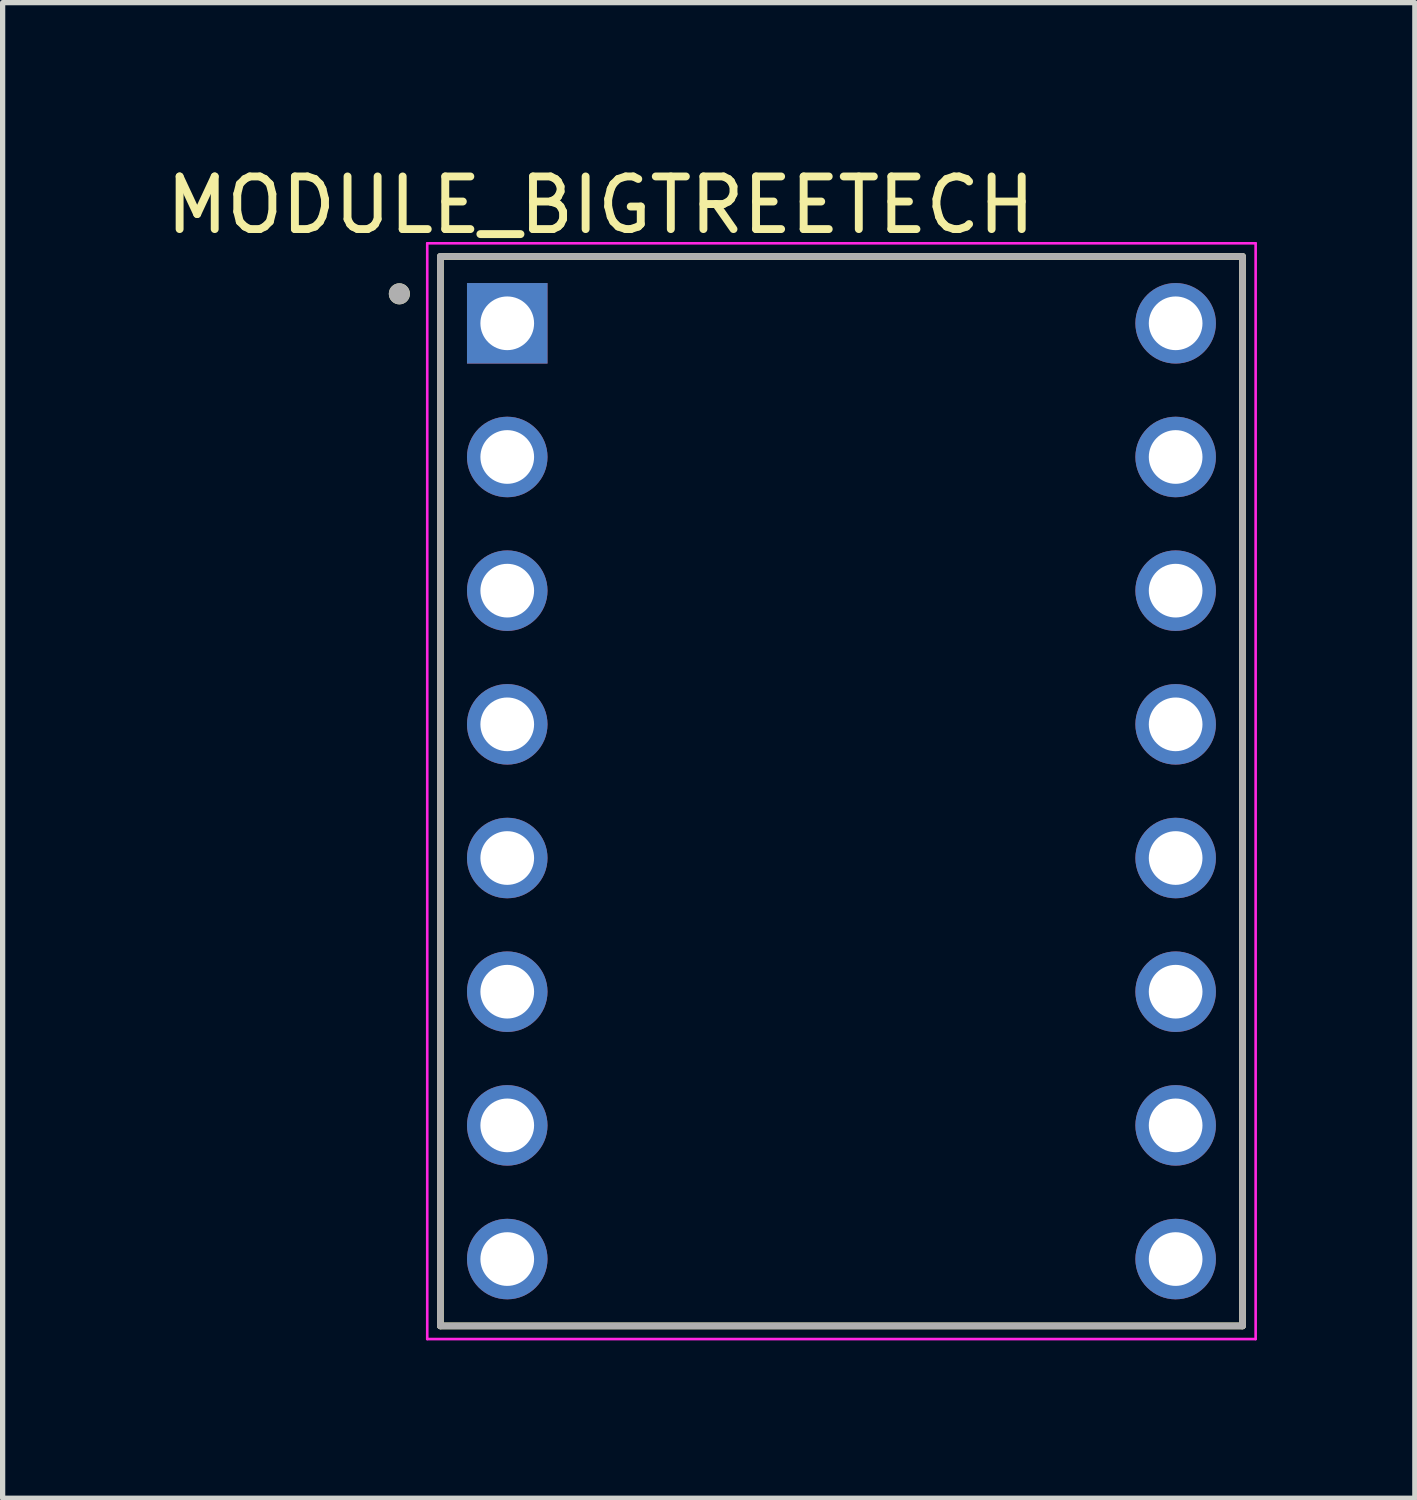
<source format=kicad_pcb>
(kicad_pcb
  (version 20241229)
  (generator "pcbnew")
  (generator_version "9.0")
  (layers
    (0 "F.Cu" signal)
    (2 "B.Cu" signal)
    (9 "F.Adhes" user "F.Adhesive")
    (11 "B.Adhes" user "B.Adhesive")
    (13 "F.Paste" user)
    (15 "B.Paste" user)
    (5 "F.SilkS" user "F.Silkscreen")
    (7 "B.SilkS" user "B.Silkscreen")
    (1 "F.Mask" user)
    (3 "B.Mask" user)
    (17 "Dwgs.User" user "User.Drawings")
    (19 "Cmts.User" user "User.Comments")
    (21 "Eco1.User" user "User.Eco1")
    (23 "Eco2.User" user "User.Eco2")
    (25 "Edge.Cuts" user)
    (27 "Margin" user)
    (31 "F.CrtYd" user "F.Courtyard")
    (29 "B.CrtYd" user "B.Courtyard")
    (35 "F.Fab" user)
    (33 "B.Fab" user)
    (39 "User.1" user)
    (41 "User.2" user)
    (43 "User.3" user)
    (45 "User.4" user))
  (footprint "MODULE_BIGTREETECH"
    (layer "F.Cu")
    (at 12.938 11.983)
    (property "Reference" "MODULE_BIGTREETECH" (at -4.575 -11.135 0) (layer "F.SilkS") (effects (font (size 1 1) (thickness 0.15))))
    (attr through_hole)
    (fp_line (start -7.62 -10.16) (end 7.62 -10.16) (stroke (width 0.127) (type solid)) (layer "F.SilkS"))
    (fp_line (start -7.62 10.16) (end -7.62 -10.16) (stroke (width 0.127) (type solid)) (layer "F.SilkS"))
    (fp_line (start 7.62 -10.16) (end 7.62 10.16) (stroke (width 0.127) (type solid)) (layer "F.SilkS"))
    (fp_line (start 7.62 10.16) (end -7.62 10.16) (stroke (width 0.127) (type solid)) (layer "F.SilkS"))
    (fp_circle (center -8.4 -9.45) (end -8.3 -9.45) (stroke (width 0.2) (type solid)) (fill no) (layer "F.SilkS"))
    (fp_line (start -7.87 -10.41) (end -7.87 10.41) (stroke (width 0.05) (type solid)) (layer "F.CrtYd"))
    (fp_line (start -7.87 10.41) (end 7.87 10.41) (stroke (width 0.05) (type solid)) (layer "F.CrtYd"))
    (fp_line (start 7.87 -10.41) (end -7.87 -10.41) (stroke (width 0.05) (type solid)) (layer "F.CrtYd"))
    (fp_line (start 7.87 10.41) (end 7.87 -10.41) (stroke (width 0.05) (type solid)) (layer "F.CrtYd"))
    (fp_line (start -7.62 -10.16) (end 7.62 -10.16) (stroke (width 0.127) (type solid)) (layer "F.Fab"))
    (fp_line (start -7.62 10.16) (end -7.62 -10.16) (stroke (width 0.127) (type solid)) (layer "F.Fab"))
    (fp_line (start 7.62 -10.16) (end 7.62 10.16) (stroke (width 0.127) (type solid)) (layer "F.Fab"))
    (fp_line (start 7.62 10.16) (end -7.62 10.16) (stroke (width 0.127) (type solid)) (layer "F.Fab"))
    (fp_circle (center -8.4 -9.45) (end -8.3 -9.45) (stroke (width 0.2) (type solid)) (fill no) (layer "F.Fab"))
    (pad "1" thru_hole rect (at -6.35 -8.89) (size 1.53 1.53) (drill 1.02) (layers "*.Cu" "*.Mask"))
    (pad "2" thru_hole circle (at -6.35 -6.35) (size 1.53 1.53) (drill 1.02) (layers "*.Cu" "*.Mask"))
    (pad "3" thru_hole circle (at -6.35 -3.81) (size 1.53 1.53) (drill 1.02) (layers "*.Cu" "*.Mask"))
    (pad "4" thru_hole circle (at -6.35 -1.27) (size 1.53 1.53) (drill 1.02) (layers "*.Cu" "*.Mask"))
    (pad "5" thru_hole circle (at -6.35 1.27) (size 1.53 1.53) (drill 1.02) (layers "*.Cu" "*.Mask"))
    (pad "6" thru_hole circle (at -6.35 3.81) (size 1.53 1.53) (drill 1.02) (layers "*.Cu" "*.Mask"))
    (pad "7" thru_hole circle (at -6.35 6.35) (size 1.53 1.53) (drill 1.02) (layers "*.Cu" "*.Mask"))
    (pad "8" thru_hole circle (at -6.35 8.89) (size 1.53 1.53) (drill 1.02) (layers "*.Cu" "*.Mask"))
    (pad "9" thru_hole circle (at 6.35 8.89) (size 1.53 1.53) (drill 1.02) (layers "*.Cu" "*.Mask"))
    (pad "10" thru_hole circle (at 6.35 6.35) (size 1.53 1.53) (drill 1.02) (layers "*.Cu" "*.Mask"))
    (pad "11" thru_hole circle (at 6.35 3.81) (size 1.53 1.53) (drill 1.02) (layers "*.Cu" "*.Mask"))
    (pad "12" thru_hole circle (at 6.35 1.27) (size 1.53 1.53) (drill 1.02) (layers "*.Cu" "*.Mask"))
    (pad "13" thru_hole circle (at 6.35 -1.27) (size 1.53 1.53) (drill 1.02) (layers "*.Cu" "*.Mask"))
    (pad "14" thru_hole circle (at 6.35 -3.81) (size 1.53 1.53) (drill 1.02) (layers "*.Cu" "*.Mask"))
    (pad "15" thru_hole circle (at 6.35 -6.35) (size 1.53 1.53) (drill 1.02) (layers "*.Cu" "*.Mask"))
    (pad "16" thru_hole circle (at 6.35 -8.89) (size 1.53 1.53) (drill 1.02) (layers "*.Cu" "*.Mask")))
  (gr_rect
    (start -3 -3)
    (end 23.833 25.418)
    (stroke (width 0.1) (type default))
    (fill no)
    (layer "Edge.Cuts")))
</source>
